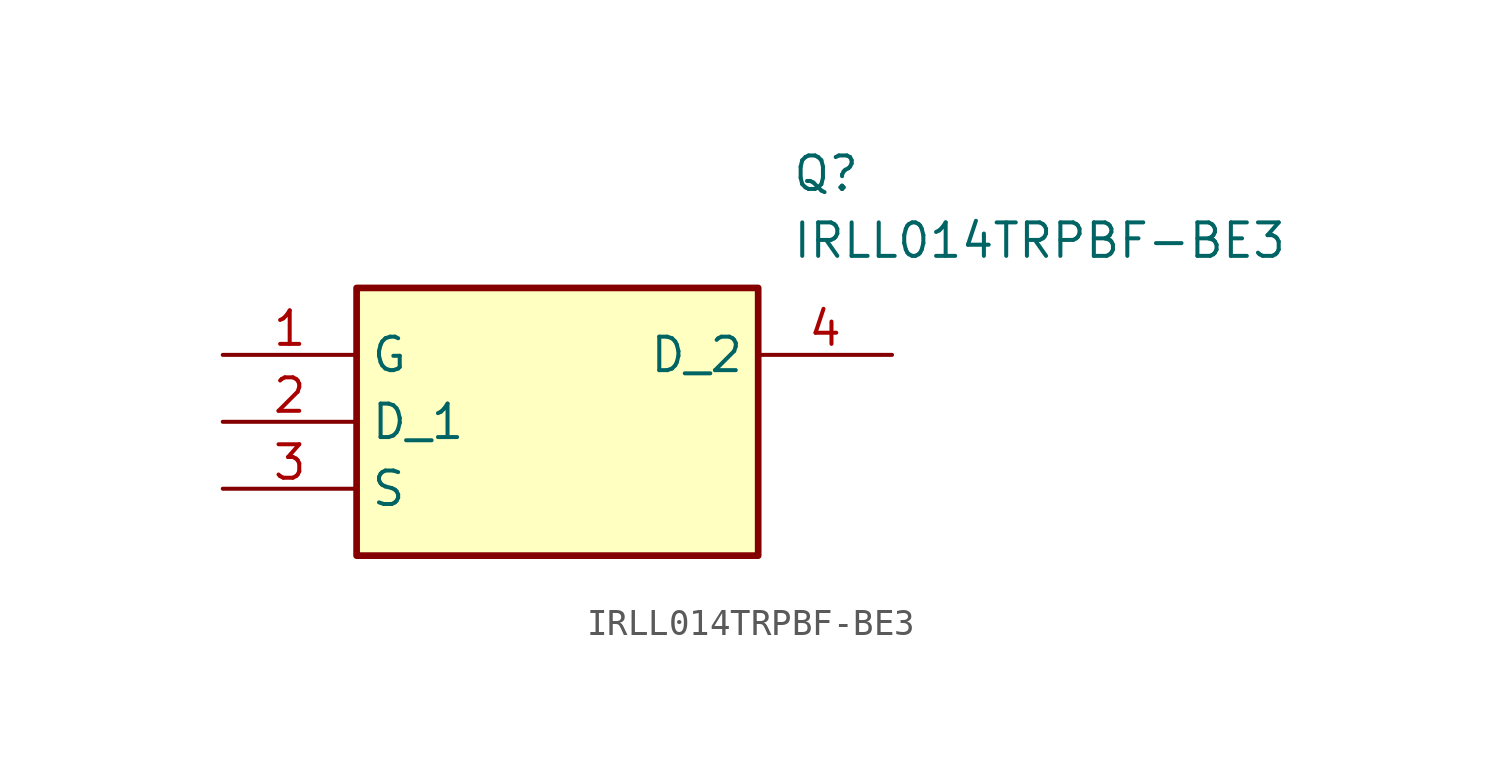
<source format=kicad_sym>
(kicad_symbol_lib
  (version 20211014)
  (generator SamacSys_ECAD_Model)
  (symbol "IRLL014TRPBF-BE3"
    (property "Reference" "Q"
      (at 21.59 7.62 0)
      (effects (font (size 1.27 1.27)) (justify left top)))
    (property "Value" "IRLL014TRPBF-BE3"
      (at 21.59 5.08 0)
      (effects (font (size 1.27 1.27)) (justify left top)))
    (rectangle
      (start 5.08 2.54)
      (end 20.32 -7.62)
      (stroke (width 0.254) (type default))
      (fill (type background)))
    (pin passive line
      (at 0 0 0)
      (length 5.08)
      (name "G" (effects (font (size 1.27 1.27))))
      (number "1" (effects (font (size 1.27 1.27)))))
    (pin passive line
      (at 0 -2.54 0)
      (length 5.08)
      (name "D_1" (effects (font (size 1.27 1.27))))
      (number "2" (effects (font (size 1.27 1.27)))))
    (pin passive line
      (at 0 -5.08 0)
      (length 5.08)
      (name "S" (effects (font (size 1.27 1.27))))
      (number "3" (effects (font (size 1.27 1.27)))))
    (pin passive line
      (at 25.4 0 180)
      (length 5.08)
      (name "D_2" (effects (font (size 1.27 1.27))))
      (number "4" (effects (font (size 1.27 1.27)))))))
</source>
